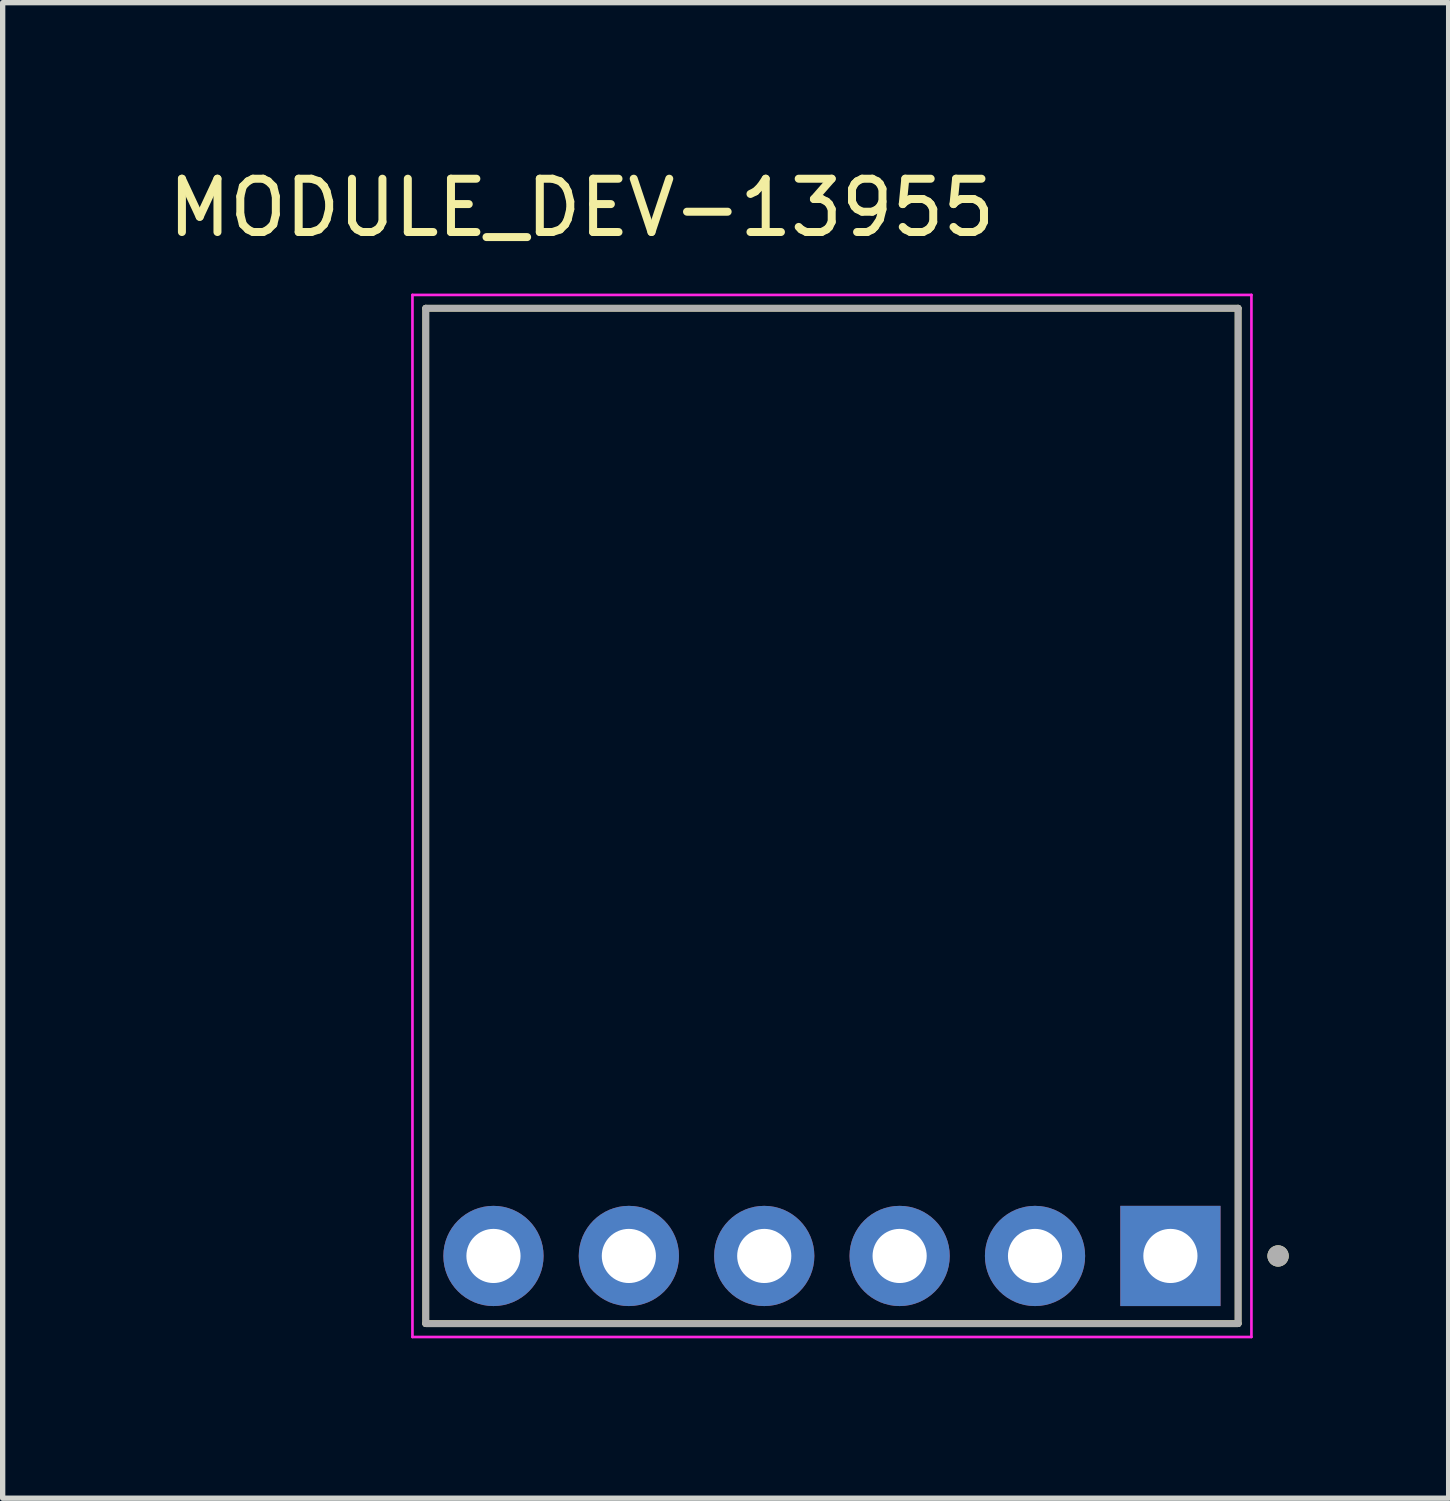
<source format=kicad_pcb>
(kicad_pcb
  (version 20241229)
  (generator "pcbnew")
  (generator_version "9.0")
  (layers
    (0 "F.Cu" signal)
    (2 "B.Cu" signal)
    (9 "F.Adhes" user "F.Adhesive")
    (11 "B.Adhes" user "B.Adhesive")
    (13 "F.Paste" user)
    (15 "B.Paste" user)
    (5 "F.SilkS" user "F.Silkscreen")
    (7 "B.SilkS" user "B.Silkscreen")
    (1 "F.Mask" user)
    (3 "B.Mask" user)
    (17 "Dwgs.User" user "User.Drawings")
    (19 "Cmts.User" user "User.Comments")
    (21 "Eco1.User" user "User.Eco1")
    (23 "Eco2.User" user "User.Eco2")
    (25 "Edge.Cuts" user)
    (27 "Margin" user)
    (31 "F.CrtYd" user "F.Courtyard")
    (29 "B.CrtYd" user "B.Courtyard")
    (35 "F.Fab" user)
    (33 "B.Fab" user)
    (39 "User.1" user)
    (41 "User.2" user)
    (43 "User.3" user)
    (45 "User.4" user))
  (footprint "MODULE_DEV-13955"
    (layer "F.Cu")
    (at 12.558 12.258)
    (property "Reference" "MODULE_DEV-13955" (at -4.695 -11.41 0) (layer "F.SilkS") (effects (font (size 1 1) (thickness 0.15))))
    (attr through_hole)
    (fp_line (start -7.62 -9.525) (end 7.62 -9.525) (stroke (width 0.127) (type solid)) (layer "F.SilkS"))
    (fp_line (start -7.62 9.525) (end -7.62 -9.525) (stroke (width 0.127) (type solid)) (layer "F.SilkS"))
    (fp_line (start 7.62 -9.525) (end 7.62 9.525) (stroke (width 0.127) (type solid)) (layer "F.SilkS"))
    (fp_line (start 7.62 9.525) (end -7.62 9.525) (stroke (width 0.127) (type solid)) (layer "F.SilkS"))
    (fp_circle (center 8.37 8.255) (end 8.47 8.255) (stroke (width 0.2) (type solid)) (fill no) (layer "F.SilkS"))
    (fp_line (start -7.87 -9.775) (end -7.87 9.775) (stroke (width 0.05) (type solid)) (layer "F.CrtYd"))
    (fp_line (start -7.87 9.775) (end 7.87 9.775) (stroke (width 0.05) (type solid)) (layer "F.CrtYd"))
    (fp_line (start 7.87 -9.775) (end -7.87 -9.775) (stroke (width 0.05) (type solid)) (layer "F.CrtYd"))
    (fp_line (start 7.87 9.775) (end 7.87 -9.775) (stroke (width 0.05) (type solid)) (layer "F.CrtYd"))
    (fp_line (start -7.62 -9.525) (end 7.62 -9.525) (stroke (width 0.127) (type solid)) (layer "F.Fab"))
    (fp_line (start -7.62 9.525) (end -7.62 -9.525) (stroke (width 0.127) (type solid)) (layer "F.Fab"))
    (fp_line (start 7.62 -9.525) (end 7.62 9.525) (stroke (width 0.127) (type solid)) (layer "F.Fab"))
    (fp_line (start 7.62 9.525) (end -7.62 9.525) (stroke (width 0.127) (type solid)) (layer "F.Fab"))
    (fp_circle (center 8.37 8.255) (end 8.47 8.255) (stroke (width 0.2) (type solid)) (fill no) (layer "F.Fab"))
    (pad "1" thru_hole rect (at 6.35 8.255) (size 1.88 1.88) (drill 1.016) (layers "*.Cu" "*.Mask"))
    (pad "2" thru_hole circle (at 3.81 8.255) (size 1.88 1.88) (drill 1.016) (layers "*.Cu" "*.Mask"))
    (pad "3" thru_hole circle (at 1.27 8.255) (size 1.88 1.88) (drill 1.016) (layers "*.Cu" "*.Mask"))
    (pad "4" thru_hole circle (at -1.27 8.255) (size 1.88 1.88) (drill 1.016) (layers "*.Cu" "*.Mask"))
    (pad "5" thru_hole circle (at -3.81 8.255) (size 1.88 1.88) (drill 1.016) (layers "*.Cu" "*.Mask"))
    (pad "6" thru_hole circle (at -6.35 8.255) (size 1.88 1.88) (drill 1.016) (layers "*.Cu" "*.Mask")))
  (gr_rect
    (start -3 -3)
    (end 24.128 25.058)
    (stroke (width 0.1) (type default))
    (fill no)
    (layer "Edge.Cuts")))
</source>
